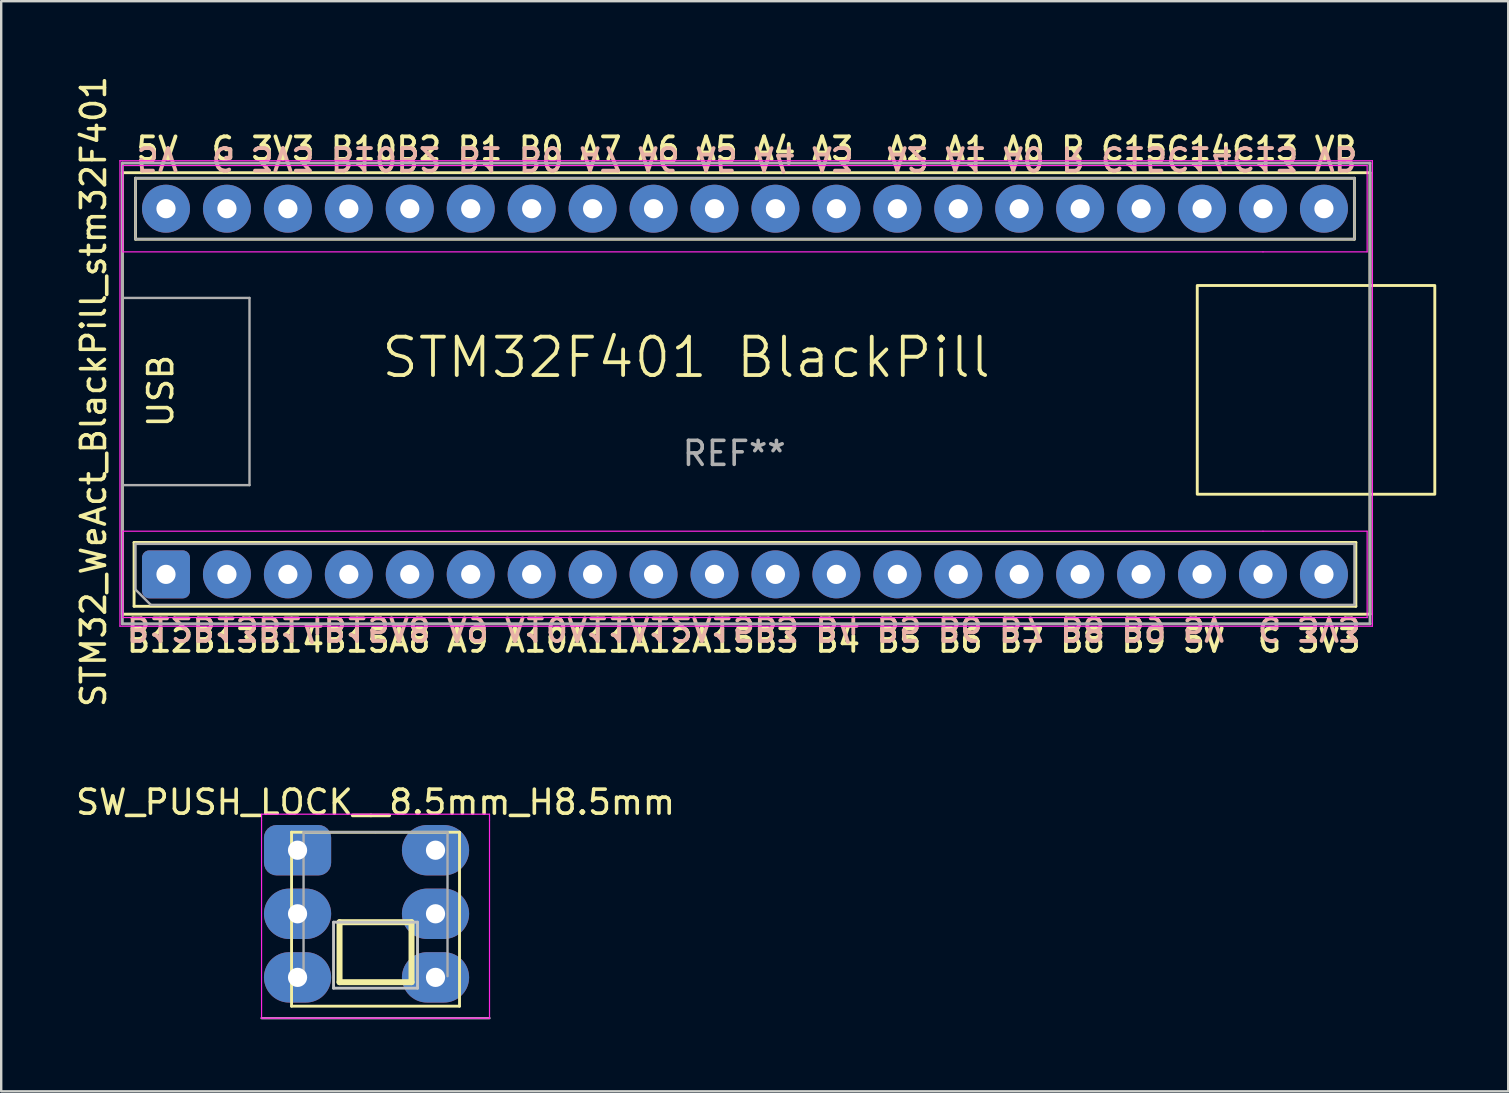
<source format=kicad_pcb>
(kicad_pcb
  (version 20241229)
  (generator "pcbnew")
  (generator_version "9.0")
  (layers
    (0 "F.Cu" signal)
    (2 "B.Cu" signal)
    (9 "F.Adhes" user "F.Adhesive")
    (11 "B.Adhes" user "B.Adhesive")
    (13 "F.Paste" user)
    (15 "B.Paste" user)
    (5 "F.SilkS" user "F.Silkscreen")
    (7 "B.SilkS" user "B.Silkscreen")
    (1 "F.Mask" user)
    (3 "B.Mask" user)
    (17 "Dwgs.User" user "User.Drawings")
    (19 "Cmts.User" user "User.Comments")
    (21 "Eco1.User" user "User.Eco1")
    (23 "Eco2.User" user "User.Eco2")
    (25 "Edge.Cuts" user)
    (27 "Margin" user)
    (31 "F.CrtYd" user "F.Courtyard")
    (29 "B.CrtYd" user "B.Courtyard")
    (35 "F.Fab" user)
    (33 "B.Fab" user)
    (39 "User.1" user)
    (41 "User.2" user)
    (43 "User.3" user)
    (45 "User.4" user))
  (footprint "STM32_WeAct_BlackPill_stm32F401"
    (layer "F.Cu")
    (at 28.048 13.348)
    (property "Reference" "STM32_WeAct_BlackPill_stm32F401" (at -27.2 -0.08 90) (layer "F.SilkS") (effects (font (size 1 1) (thickness 0.15))))
    (attr through_hole)
    (fp_line (start -26 -9.2) (end 26 -9.2) (stroke (width 0.12) (type solid)) (layer "F.SilkS"))
    (fp_line (start -26 9.2) (end -26 -9.2) (stroke (width 0.12) (type solid)) (layer "F.SilkS"))
    (fp_line (start -25.51 6.21) (end 25.41 6.21) (stroke (width 0.12) (type solid)) (layer "F.SilkS"))
    (fp_line (start -25.51 8.87) (end -25.51 6.21) (stroke (width 0.12) (type solid)) (layer "F.SilkS"))
    (fp_line (start -25.45 -8.97) (end 25.35 -8.97) (stroke (width 0.12) (type solid)) (layer "F.SilkS"))
    (fp_line (start -25.45 -6.43) (end -25.45 -8.97) (stroke (width 0.12) (type solid)) (layer "F.SilkS"))
    (fp_line (start 25.35 -8.97) (end 25.35 -6.43) (stroke (width 0.12) (type solid)) (layer "F.SilkS"))
    (fp_line (start 25.35 -6.43) (end -25.45 -6.43) (stroke (width 0.12) (type solid)) (layer "F.SilkS"))
    (fp_line (start 25.41 6.21) (end 25.41 8.87) (stroke (width 0.12) (type solid)) (layer "F.SilkS"))
    (fp_line (start 25.41 8.87) (end -25.51 8.87) (stroke (width 0.12) (type solid)) (layer "F.SilkS"))
    (fp_line (start 26 -9.2) (end 26 9.2) (stroke (width 0.12) (type solid)) (layer "F.SilkS"))
    (fp_line (start 26 9.2) (end -26 9.2) (stroke (width 0.12) (type solid)) (layer "F.SilkS"))
    (fp_rect (start 18.8 -4.5) (end 28.7 4.2) (stroke (width 0.12) (type solid)) (fill no) (layer "F.SilkS"))
    (fp_line (start -26.1 -9.7) (end 26.1 -9.7) (stroke (width 0.05) (type solid)) (layer "F.CrtYd"))
    (fp_line (start -26.1 9.7) (end -26.1 -9.7) (stroke (width 0.05) (type solid)) (layer "F.CrtYd"))
    (fp_line (start -25.98 -9.5) (end 25.88 -9.5) (stroke (width 0.05) (type solid)) (layer "F.CrtYd"))
    (fp_line (start -25.98 -5.9) (end -25.98 -9.5) (stroke (width 0.05) (type solid)) (layer "F.CrtYd"))
    (fp_line (start -25.98 -5.9) (end 21.54 -5.9) (stroke (width 0.05) (type solid)) (layer "F.CrtYd"))
    (fp_line (start -25.98 5.74) (end -25.98 9.34) (stroke (width 0.05) (type solid)) (layer "F.CrtYd"))
    (fp_line (start -25.98 5.74) (end 21.54 5.74) (stroke (width 0.05) (type solid)) (layer "F.CrtYd"))
    (fp_line (start -25.98 9.34) (end 25.88 9.34) (stroke (width 0.05) (type solid)) (layer "F.CrtYd"))
    (fp_line (start 21.54 -5.9) (end 25.88 -5.9) (stroke (width 0.05) (type solid)) (layer "F.CrtYd"))
    (fp_line (start 21.54 5.74) (end 25.88 5.74) (stroke (width 0.05) (type solid)) (layer "F.CrtYd"))
    (fp_line (start 25.88 -9.5) (end 25.88 -5.9) (stroke (width 0.05) (type solid)) (layer "F.CrtYd"))
    (fp_line (start 25.88 9.34) (end 25.88 5.74) (stroke (width 0.05) (type solid)) (layer "F.CrtYd"))
    (fp_line (start 26.1 -9.7) (end 26.1 9.7) (stroke (width 0.05) (type solid)) (layer "F.CrtYd"))
    (fp_line (start 26.1 9.7) (end -26.1 9.7) (stroke (width 0.05) (type solid)) (layer "F.CrtYd"))
    (fp_line (start -26 -9.6) (end 26 -9.6) (stroke (width 0.12) (type solid)) (layer "F.Fab"))
    (fp_line (start -26 9.6) (end -26 -9.6) (stroke (width 0.12) (type solid)) (layer "F.Fab"))
    (fp_line (start -25.45 -8.97) (end 25.35 -8.97) (stroke (width 0.1) (type solid)) (layer "F.Fab"))
    (fp_line (start -25.45 -6.43) (end -25.45 -8.97) (stroke (width 0.1) (type solid)) (layer "F.Fab"))
    (fp_line (start -25.45 6.27) (end 25.35 6.27) (stroke (width 0.1) (type solid)) (layer "F.Fab"))
    (fp_line (start -25.45 8.175) (end -25.45 6.27) (stroke (width 0.1) (type solid)) (layer "F.Fab"))
    (fp_line (start -24.815 8.81) (end -25.45 8.175) (stroke (width 0.1) (type solid)) (layer "F.Fab"))
    (fp_line (start -20.7 -3.98) (end -26 -3.98) (stroke (width 0.1) (type solid)) (layer "F.Fab"))
    (fp_line (start -20.7 3.82) (end -26 3.82) (stroke (width 0.1) (type solid)) (layer "F.Fab"))
    (fp_line (start -20.7 3.82) (end -20.7 -3.98) (stroke (width 0.1) (type solid)) (layer "F.Fab"))
    (fp_line (start 25.35 -8.97) (end 25.35 -6.43) (stroke (width 0.1) (type solid)) (layer "F.Fab"))
    (fp_line (start 25.35 -6.43) (end -25.45 -6.43) (stroke (width 0.1) (type solid)) (layer "F.Fab"))
    (fp_line (start 25.35 6.27) (end 25.35 8.81) (stroke (width 0.1) (type solid)) (layer "F.Fab"))
    (fp_line (start 25.35 8.81) (end -24.815 8.81) (stroke (width 0.1) (type solid)) (layer "F.Fab"))
    (fp_line (start 26 9.6) (end -26 9.6) (stroke (width 0.12) (type solid)) (layer "F.Fab"))
    (fp_line (start 26 9.6) (end 26 -9.6) (stroke (width 0.12) (type solid)) (layer "F.Fab"))
    (fp_text user "5V  G 3V3 B10B2 B1 B0 A7 A6 A5 A4 A3  A2 A1 A0 R C15C14C13 VB" (at -25.5 -10.2 0) (unlocked yes) (layer "F.SilkS") (effects (font (size 0.94 0.94) (thickness 0.16)) (justify left)))
    (fp_text user "STM32F401 BlackPill" (at -2.5 -1.5 0) (unlocked yes) (layer "F.SilkS") (effects (font (size 1.6 1.6) (thickness 0.16))))
    (fp_text user "B12B13B14B15A8 A9 A10A11A12A15B3 B4 B5 B6 B7 B8 B9 5V  G 3V3" (at -25.9 10.3 0) (unlocked yes) (layer "F.SilkS") (effects (font (size 0.94 0.94) (thickness 0.16)) (justify left)))
    (fp_text user "USB" (at -24.4 -0.1 90) (unlocked yes) (layer "F.SilkS") (effects (font (size 1 1) (thickness 0.15))))
    (fp_text user "5V  G 3V3 B10B2 B1 B0 A7 A6 A5 A4 A3  A2 A1 A0 R C15C14C13 VB" (at -25.5 -9.8 180) (unlocked yes) (layer "B.SilkS") (effects (font (size 0.94 0.94) (thickness 0.16)) (justify left mirror)))
    (fp_text user "B12B13B14B15A8 A9 A10A11A12A15B3 B4 B5 B6 B7 B8 B9 5V  G 3V3" (at -25.9 9.8 180) (unlocked yes) (layer "B.SilkS") (effects (font (size 0.94 0.94) (thickness 0.16)) (justify left mirror)))
    (fp_text user "REF**" (at -0.5 2.5 0) (layer "F.Fab") (effects (font (size 1 1) (thickness 0.15))))
    (pad "1" thru_hole roundrect (at -24.18 7.54 90) (size 2 2) (drill 0.8) (layers "*.Cu" "*.Mask") (roundrect_rratio 0.15))
    (pad "2" thru_hole circle (at -21.64 7.54 90) (size 2 2) (drill 0.8) (layers "*.Cu" "*.Mask"))
    (pad "3" thru_hole circle (at -19.1 7.54 90) (size 2 2) (drill 0.8) (layers "*.Cu" "*.Mask"))
    (pad "4" thru_hole circle (at -16.56 7.54 90) (size 2 2) (drill 0.8) (layers "*.Cu" "*.Mask"))
    (pad "5" thru_hole circle (at -14.02 7.54 90) (size 2 2) (drill 0.8) (layers "*.Cu" "*.Mask"))
    (pad "6" thru_hole circle (at -11.48 7.54 90) (size 2 2) (drill 0.8) (layers "*.Cu" "*.Mask"))
    (pad "7" thru_hole circle (at -8.94 7.54 90) (size 2 2) (drill 0.8) (layers "*.Cu" "*.Mask"))
    (pad "8" thru_hole circle (at -6.4 7.54 90) (size 2 2) (drill 0.8) (layers "*.Cu" "*.Mask"))
    (pad "9" thru_hole circle (at -3.86 7.54 90) (size 2 2) (drill 0.8) (layers "*.Cu" "*.Mask"))
    (pad "10" thru_hole circle (at -1.32 7.54 90) (size 2 2) (drill 0.8) (layers "*.Cu" "*.Mask"))
    (pad "11" thru_hole circle (at 1.22 7.54 90) (size 2 2) (drill 0.8) (layers "*.Cu" "*.Mask"))
    (pad "12" thru_hole circle (at 3.76 7.54 90) (size 2 2) (drill 0.8) (layers "*.Cu" "*.Mask"))
    (pad "13" thru_hole circle (at 6.3 7.54 90) (size 2 2) (drill 0.8) (layers "*.Cu" "*.Mask"))
    (pad "14" thru_hole circle (at 8.84 7.54 90) (size 2 2) (drill 0.8) (layers "*.Cu" "*.Mask"))
    (pad "15" thru_hole circle (at 11.38 7.54 90) (size 2 2) (drill 0.8) (layers "*.Cu" "*.Mask"))
    (pad "16" thru_hole circle (at 13.92 7.54 90) (size 2 2) (drill 0.8) (layers "*.Cu" "*.Mask"))
    (pad "17" thru_hole circle (at 16.46 7.54 90) (size 2 2) (drill 0.8) (layers "*.Cu" "*.Mask"))
    (pad "18" thru_hole circle (at 19 7.54 90) (size 2 2) (drill 0.8) (layers "*.Cu" "*.Mask"))
    (pad "19" thru_hole circle (at 21.54 7.54 90) (size 2 2) (drill 0.8) (layers "*.Cu" "*.Mask"))
    (pad "20" thru_hole circle (at 24.08 7.54 90) (size 2 2) (drill 0.8) (layers "*.Cu" "*.Mask"))
    (pad "21" thru_hole circle (at 24.08 -7.7 90) (size 2 2) (drill 0.8) (layers "*.Cu" "*.Mask"))
    (pad "22" thru_hole circle (at 21.54 -7.7 90) (size 2 2) (drill 0.8) (layers "*.Cu" "*.Mask"))
    (pad "23" thru_hole circle (at 19 -7.7 90) (size 2 2) (drill 0.8) (layers "*.Cu" "*.Mask"))
    (pad "24" thru_hole circle (at 16.46 -7.7 90) (size 2 2) (drill 0.8) (layers "*.Cu" "*.Mask"))
    (pad "25" thru_hole circle (at 13.92 -7.7 90) (size 2 2) (drill 0.8) (layers "*.Cu" "*.Mask"))
    (pad "26" thru_hole circle (at 11.38 -7.7 90) (size 2 2) (drill 0.8) (layers "*.Cu" "*.Mask"))
    (pad "27" thru_hole circle (at 8.84 -7.7 90) (size 2 2) (drill 0.8) (layers "*.Cu" "*.Mask"))
    (pad "28" thru_hole circle (at 6.3 -7.7 90) (size 2 2) (drill 0.8) (layers "*.Cu" "*.Mask"))
    (pad "29" thru_hole circle (at 3.76 -7.7 90) (size 2 2) (drill 0.8) (layers "*.Cu" "*.Mask"))
    (pad "30" thru_hole circle (at 1.22 -7.7 90) (size 2 2) (drill 0.8) (layers "*.Cu" "*.Mask"))
    (pad "31" thru_hole circle (at -1.32 -7.7 90) (size 2 2) (drill 0.8) (layers "*.Cu" "*.Mask"))
    (pad "32" thru_hole circle (at -3.86 -7.7 90) (size 2 2) (drill 0.8) (layers "*.Cu" "*.Mask"))
    (pad "33" thru_hole circle (at -6.4 -7.7 90) (size 2 2) (drill 0.8) (layers "*.Cu" "*.Mask"))
    (pad "34" thru_hole circle (at -8.94 -7.7 90) (size 2 2) (drill 0.8) (layers "*.Cu" "*.Mask"))
    (pad "35" thru_hole circle (at -11.48 -7.7 90) (size 2 2) (drill 0.8) (layers "*.Cu" "*.Mask"))
    (pad "36" thru_hole circle (at -14.02 -7.7 90) (size 2 2) (drill 0.8) (layers "*.Cu" "*.Mask"))
    (pad "37" thru_hole circle (at -16.56 -7.7 90) (size 2 2) (drill 0.8) (layers "*.Cu" "*.Mask"))
    (pad "38" thru_hole circle (at -19.1 -7.7 90) (size 2 2) (drill 0.8) (layers "*.Cu" "*.Mask"))
    (pad "39" thru_hole circle (at -21.64 -7.7 90) (size 2 2) (drill 0.8) (layers "*.Cu" "*.Mask"))
    (pad "40" thru_hole circle (at -24.18 -7.7 90) (size 2 2) (drill 0.8) (layers "*.Cu" "*.Mask")))
  (footprint "SW_PUSH_LOCK__8.5mm_H8.5mm"
    (layer "F.Cu")
    (at 9.351 32.384)
    (property "Reference" "SW_PUSH_LOCK__8.5mm_H8.5mm" (at 3.25 -2 180) (layer "F.SilkS") (effects (font (size 1 1) (thickness 0.15))))
    (attr through_hole)
    (fp_line (start -0.25 -0.75) (end -0.25 6.5) (stroke (width 0.12) (type solid)) (layer "F.SilkS"))
    (fp_line (start -0.25 6.5) (end 6.75 6.5) (stroke (width 0.12) (type solid)) (layer "F.SilkS"))
    (fp_line (start 1.75 3) (end 4.75 3) (stroke (width 0.25) (type solid)) (layer "F.SilkS"))
    (fp_line (start 1.75 5.5) (end 1.75 3) (stroke (width 0.25) (type solid)) (layer "F.SilkS"))
    (fp_line (start 4.75 3) (end 4.75 5.5) (stroke (width 0.25) (type solid)) (layer "F.SilkS"))
    (fp_line (start 4.75 5.5) (end 1.75 5.5) (stroke (width 0.25) (type solid)) (layer "F.SilkS"))
    (fp_line (start 6.75 -0.75) (end -0.25 -0.75) (stroke (width 0.12) (type solid)) (layer "F.SilkS"))
    (fp_line (start 6.75 6.5) (end 6.75 -0.75) (stroke (width 0.12) (type solid)) (layer "F.SilkS"))
    (fp_line (start 1.5 3) (end 5 3) (stroke (width 0.12) (type solid)) (layer "Dwgs.User"))
    (fp_line (start 1.5 5.75) (end 1.5 3) (stroke (width 0.12) (type solid)) (layer "Dwgs.User"))
    (fp_line (start 5 3) (end 5 5.75) (stroke (width 0.12) (type solid)) (layer "Dwgs.User"))
    (fp_line (start 5 5.75) (end 1.5 5.75) (stroke (width 0.12) (type solid)) (layer "Dwgs.User"))
    (fp_line (start -1.5 -1.5) (end -1.25 -1.5) (stroke (width 0.05) (type solid)) (layer "F.CrtYd"))
    (fp_line (start -1.5 -1.25) (end -1.5 -1.5) (stroke (width 0.05) (type solid)) (layer "F.CrtYd"))
    (fp_line (start -1.5 7) (end -1.5 -1.25) (stroke (width 0.05) (type solid)) (layer "F.CrtYd"))
    (fp_line (start -1.5 7) (end 8 7) (stroke (width 0.05) (type solid)) (layer "F.CrtYd"))
    (fp_line (start -1.25 -1.5) (end 7.75 -1.5) (stroke (width 0.05) (type solid)) (layer "F.CrtYd"))
    (fp_line (start 7.75 -1.5) (end 8 -1.5) (stroke (width 0.05) (type solid)) (layer "F.CrtYd"))
    (fp_line (start 8 -1.5) (end 8 -1.25) (stroke (width 0.05) (type solid)) (layer "F.CrtYd"))
    (fp_line (start 8 -1.25) (end 8 7) (stroke (width 0.05) (type solid)) (layer "F.CrtYd"))
    (fp_line (start 0.25 -0.75) (end 3.25 -0.75) (stroke (width 0.1) (type solid)) (layer "F.Fab"))
    (fp_line (start 0.25 5.25) (end 0.25 -0.75) (stroke (width 0.1) (type solid)) (layer "F.Fab"))
    (fp_line (start 3.25 -0.75) (end 6.25 -0.75) (stroke (width 0.1) (type solid)) (layer "F.Fab"))
    (fp_line (start 6.25 -0.75) (end 6.25 5.25) (stroke (width 0.1) (type solid)) (layer "F.Fab"))
    (fp_line (start 8 7) (end -1.5 7) (stroke (width 0.1) (type solid)) (layer "F.Fab"))
    (pad "close" thru_hole oval (at 0 5.3 90) (size 2.1 2.8) (drill 0.8) (layers "*.Cu" "*.Mask"))
    (pad "close" thru_hole oval (at 5.75 5.3 90) (size 2.1 2.8) (drill 0.8) (layers "*.Cu" "*.Mask"))
    (pad "open" thru_hole roundrect (at 0 0 90) (size 2.1 2.8) (drill 0.8) (layers "*.Cu" "*.Mask") (roundrect_rratio 0.25))
    (pad "open" thru_hole oval (at 5.75 0 90) (size 2.1 2.8) (drill 0.8) (layers "*.Cu" "*.Mask"))
    (pad "signal" thru_hole oval (at 0 2.65 90) (size 2.1 2.8) (drill 0.8) (layers "*.Cu" "*.Mask"))
    (pad "signal" thru_hole oval (at 5.75 2.65 90) (size 2.1 2.8) (drill 0.8) (layers "*.Cu" "*.Mask")))
  (gr_rect
    (start -3 -3)
    (end 59.808 42.434)
    (stroke (width 0.1) (type default))
    (fill no)
    (layer "Edge.Cuts")))
</source>
